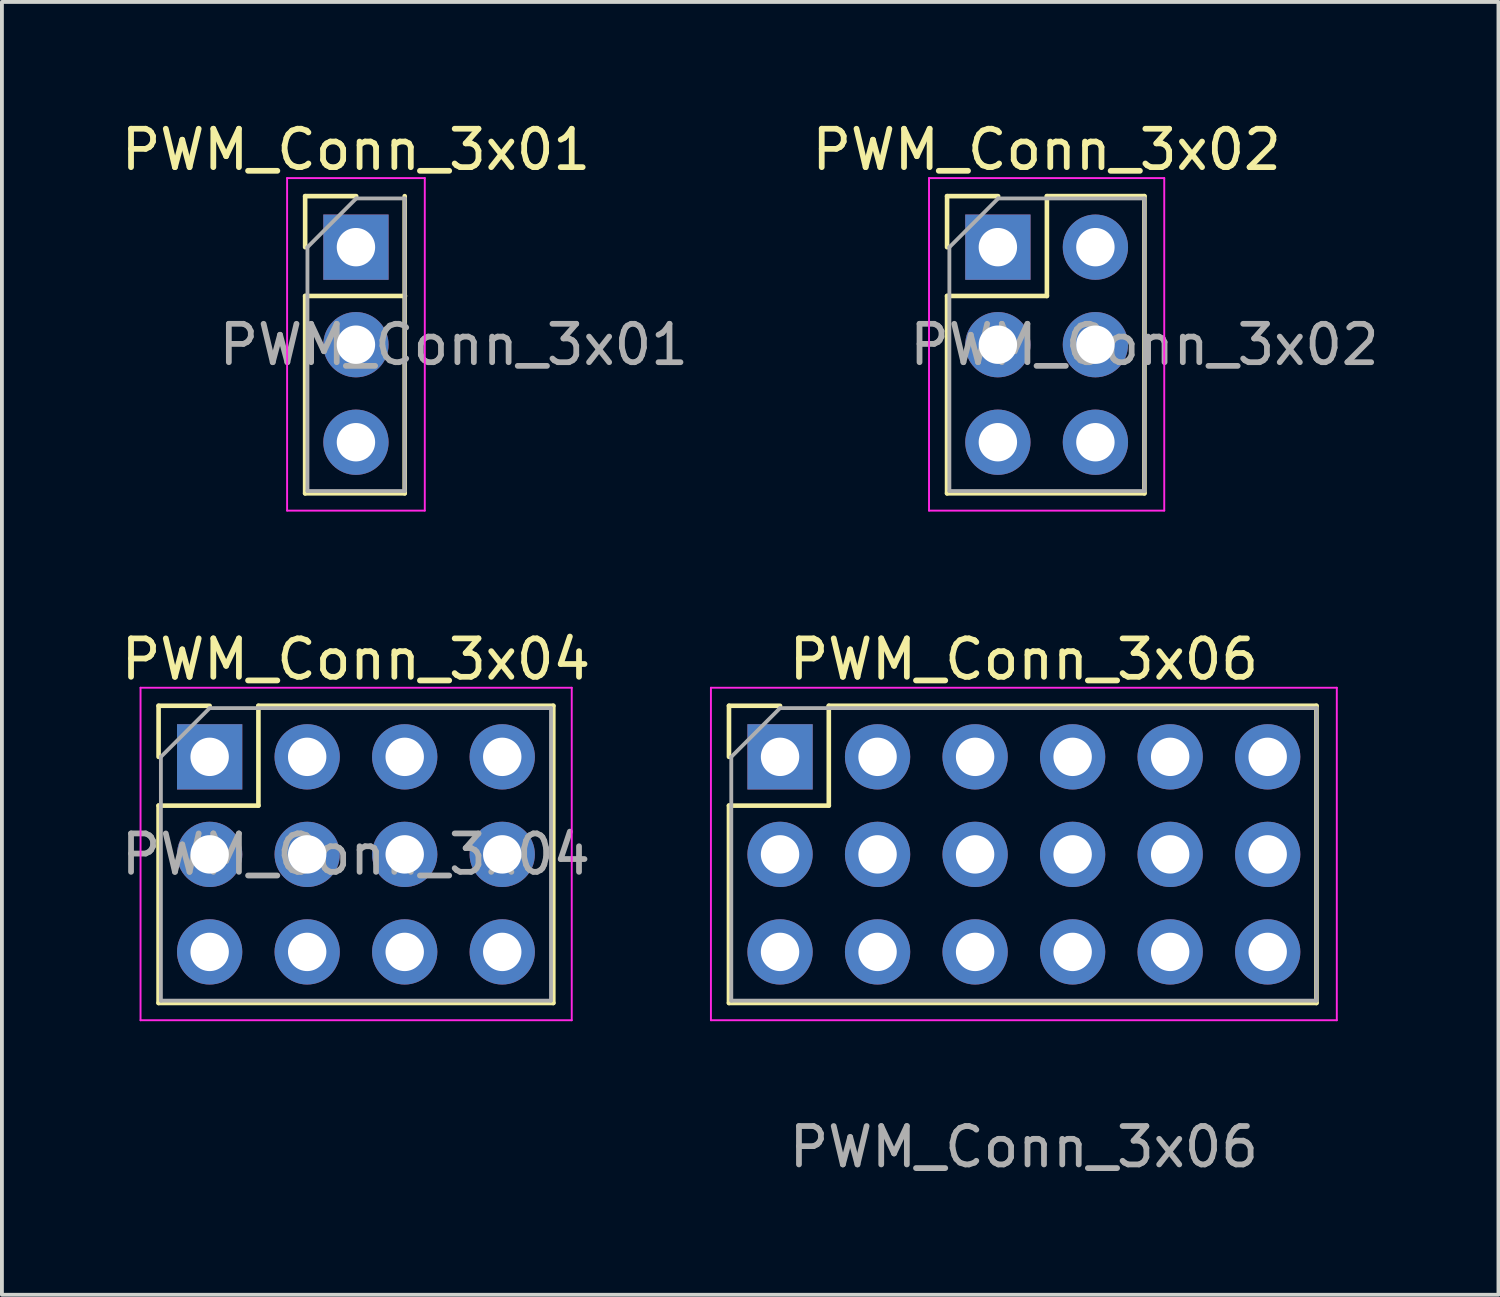
<source format=kicad_pcb>
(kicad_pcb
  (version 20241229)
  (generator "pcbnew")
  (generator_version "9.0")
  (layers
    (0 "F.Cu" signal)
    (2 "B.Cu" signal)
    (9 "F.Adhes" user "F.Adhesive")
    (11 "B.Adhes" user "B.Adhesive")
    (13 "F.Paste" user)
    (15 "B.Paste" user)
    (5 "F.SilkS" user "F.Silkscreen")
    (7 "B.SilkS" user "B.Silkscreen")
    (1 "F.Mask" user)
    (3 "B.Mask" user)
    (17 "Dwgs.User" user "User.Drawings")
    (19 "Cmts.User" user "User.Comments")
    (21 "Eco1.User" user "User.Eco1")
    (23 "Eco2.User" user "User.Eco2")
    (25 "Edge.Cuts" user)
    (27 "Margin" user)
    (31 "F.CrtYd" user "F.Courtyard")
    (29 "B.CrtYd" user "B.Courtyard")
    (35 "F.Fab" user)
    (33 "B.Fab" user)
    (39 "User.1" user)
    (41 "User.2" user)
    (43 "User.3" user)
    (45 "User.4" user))
  (footprint "PWM_Conn_3x02"
    (layer "F.Cu")
    (at 24.208 5.927)
    (property "Reference" "PWM_Conn_3x02" (at 0 -5.079 0) (unlocked yes) (layer "F.SilkS") (effects (font (size 1 1) (thickness 0.15))))
    (attr through_hole)
    (fp_line (start -2.593 -3.869) (end -1.263 -3.869) (stroke (width 0.12) (type solid)) (layer "F.SilkS"))
    (fp_line (start -2.593 -2.539) (end -2.593 -3.869) (stroke (width 0.12) (type solid)) (layer "F.SilkS"))
    (fp_line (start -2.593 -1.269) (end -2.593 3.871) (stroke (width 0.12) (type solid)) (layer "F.SilkS"))
    (fp_line (start -2.593 -1.269) (end 0.007 -1.269) (stroke (width 0.12) (type solid)) (layer "F.SilkS"))
    (fp_line (start -2.593 3.871) (end 2.547 3.871) (stroke (width 0.12) (type solid)) (layer "F.SilkS"))
    (fp_line (start 0.007 -3.869) (end 2.547 -3.869) (stroke (width 0.12) (type solid)) (layer "F.SilkS"))
    (fp_line (start 0.007 -1.269) (end 0.007 -3.869) (stroke (width 0.12) (type solid)) (layer "F.SilkS"))
    (fp_line (start 2.547 -3.869) (end 2.547 3.871) (stroke (width 0.12) (type solid)) (layer "F.SilkS"))
    (fp_line (start -3.063 -4.339) (end -3.063 4.321) (stroke (width 0.05) (type solid)) (layer "F.CrtYd"))
    (fp_line (start -3.063 4.321) (end 3.063 4.321) (stroke (width 0.05) (type solid)) (layer "F.CrtYd"))
    (fp_line (start 3.063 -4.339) (end -3.063 -4.339) (stroke (width 0.05) (type solid)) (layer "F.CrtYd"))
    (fp_line (start 3.063 4.321) (end 3.063 -4.339) (stroke (width 0.05) (type solid)) (layer "F.CrtYd"))
    (fp_line (start -2.533 -2.539) (end -1.263 -3.809) (stroke (width 0.1) (type solid)) (layer "F.Fab"))
    (fp_line (start -2.533 3.811) (end -2.533 -2.539) (stroke (width 0.1) (type solid)) (layer "F.Fab"))
    (fp_line (start -1.263 -3.809) (end 2.547 -3.809) (stroke (width 0.1) (type solid)) (layer "F.Fab"))
    (fp_line (start 2.547 -3.809) (end 2.547 3.811) (stroke (width 0.1) (type solid)) (layer "F.Fab"))
    (fp_line (start 2.547 3.811) (end -2.533 3.811) (stroke (width 0.1) (type solid)) (layer "F.Fab"))
    (fp_text user "${REFERENCE}" (at 2.547 0.001 180) (layer "F.Fab") (effects (font (size 1 1) (thickness 0.15))))
    (pad "1" thru_hole rect (at -1.27 -2.54) (size 1.7 1.7) (drill 1) (layers "*.Cu" "*.Mask"))
    (pad "2" thru_hole oval (at 1.27 -2.54) (size 1.7 1.7) (drill 1) (layers "*.Cu" "*.Mask"))
    (pad "3" thru_hole oval (at -1.27 0) (size 1.7 1.7) (drill 1) (layers "*.Cu" "*.Mask"))
    (pad "3" thru_hole oval (at 1.27 0) (size 1.7 1.7) (drill 1) (layers "*.Cu" "*.Mask"))
    (pad "4" thru_hole oval (at -1.27 2.54) (size 1.7 1.7) (drill 1) (layers "*.Cu" "*.Mask"))
    (pad "4" thru_hole oval (at 1.27 2.54) (size 1.7 1.7) (drill 1) (layers "*.Cu" "*.Mask")))
  (footprint "PWM_Conn_3x06"
    (layer "F.Cu")
    (at 23.615 19.201)
    (property "Reference" "PWM_Conn_3x06" (at 0 -5.08 0) (unlocked yes) (layer "F.SilkS") (effects (font (size 1 1) (thickness 0.15))))
    (attr through_hole)
    (fp_line (start -7.68 -3.87) (end -6.35 -3.87) (stroke (width 0.12) (type solid)) (layer "F.SilkS"))
    (fp_line (start -7.68 -2.54) (end -7.68 -3.87) (stroke (width 0.12) (type solid)) (layer "F.SilkS"))
    (fp_line (start -7.68 -1.27) (end -7.68 3.87) (stroke (width 0.12) (type solid)) (layer "F.SilkS"))
    (fp_line (start -7.68 -1.27) (end -5.08 -1.27) (stroke (width 0.12) (type solid)) (layer "F.SilkS"))
    (fp_line (start -7.68 3.87) (end 7.62 3.87) (stroke (width 0.12) (type solid)) (layer "F.SilkS"))
    (fp_line (start -5.08 -3.87) (end 7.62 -3.87) (stroke (width 0.12) (type solid)) (layer "F.SilkS"))
    (fp_line (start -5.08 -1.27) (end -5.08 -3.87) (stroke (width 0.12) (type solid)) (layer "F.SilkS"))
    (fp_line (start 7.62 -3.87) (end 7.62 3.87) (stroke (width 0.12) (type solid)) (layer "F.SilkS"))
    (fp_line (start -8.15 -4.34) (end -8.15 4.32) (stroke (width 0.05) (type solid)) (layer "F.CrtYd"))
    (fp_line (start -8.15 4.32) (end 8.15 4.32) (stroke (width 0.05) (type solid)) (layer "F.CrtYd"))
    (fp_line (start 8.15 -4.34) (end -8.15 -4.34) (stroke (width 0.05) (type solid)) (layer "F.CrtYd"))
    (fp_line (start 8.15 4.32) (end 8.15 -4.34) (stroke (width 0.05) (type solid)) (layer "F.CrtYd"))
    (fp_line (start -7.62 -2.54) (end -6.35 -3.81) (stroke (width 0.1) (type solid)) (layer "F.Fab"))
    (fp_line (start -7.62 3.81) (end -7.62 -2.54) (stroke (width 0.1) (type solid)) (layer "F.Fab"))
    (fp_line (start -6.35 -3.81) (end 7.62 -3.81) (stroke (width 0.1) (type solid)) (layer "F.Fab"))
    (fp_line (start 7.62 -3.81) (end 7.62 3.81) (stroke (width 0.1) (type solid)) (layer "F.Fab"))
    (fp_line (start 7.62 3.81) (end -7.62 3.81) (stroke (width 0.1) (type solid)) (layer "F.Fab"))
    (fp_text user "${REFERENCE}" (at 0 7.62 180) (layer "F.Fab") (effects (font (size 1 1) (thickness 0.15))))
    (pad "1" thru_hole rect (at -6.35 -2.54) (size 1.7 1.7) (drill 1) (layers "*.Cu" "*.Mask"))
    (pad "2" thru_hole oval (at -3.81 -2.54) (size 1.7 1.7) (drill 1) (layers "*.Cu" "*.Mask"))
    (pad "3" thru_hole oval (at -1.27 -2.54) (size 1.7 1.7) (drill 1) (layers "*.Cu" "*.Mask"))
    (pad "4" thru_hole oval (at 1.27 -2.54) (size 1.7 1.7) (drill 1) (layers "*.Cu" "*.Mask"))
    (pad "5" thru_hole oval (at 3.81 -2.54) (size 1.7 1.7) (drill 1) (layers "*.Cu" "*.Mask"))
    (pad "6" thru_hole oval (at 6.35 -2.54) (size 1.7 1.7) (drill 1) (layers "*.Cu" "*.Mask"))
    (pad "7" thru_hole oval (at -6.35 0) (size 1.7 1.7) (drill 1) (layers "*.Cu" "*.Mask"))
    (pad "7" thru_hole oval (at -3.81 0) (size 1.7 1.7) (drill 1) (layers "*.Cu" "*.Mask"))
    (pad "7" thru_hole oval (at -1.27 0) (size 1.7 1.7) (drill 1) (layers "*.Cu" "*.Mask"))
    (pad "7" thru_hole oval (at 1.27 0) (size 1.7 1.7) (drill 1) (layers "*.Cu" "*.Mask"))
    (pad "7" thru_hole oval (at 3.81 0) (size 1.7 1.7) (drill 1) (layers "*.Cu" "*.Mask"))
    (pad "7" thru_hole oval (at 6.35 0) (size 1.7 1.7) (drill 1) (layers "*.Cu" "*.Mask"))
    (pad "8" thru_hole oval (at -6.35 2.54) (size 1.7 1.7) (drill 1) (layers "*.Cu" "*.Mask"))
    (pad "8" thru_hole oval (at -3.81 2.54) (size 1.7 1.7) (drill 1) (layers "*.Cu" "*.Mask"))
    (pad "8" thru_hole oval (at -1.27 2.54) (size 1.7 1.7) (drill 1) (layers "*.Cu" "*.Mask"))
    (pad "8" thru_hole oval (at 1.27 2.54) (size 1.7 1.7) (drill 1) (layers "*.Cu" "*.Mask"))
    (pad "8" thru_hole oval (at 3.81 2.54) (size 1.7 1.7) (drill 1) (layers "*.Cu" "*.Mask"))
    (pad "8" thru_hole oval (at 6.35 2.54) (size 1.7 1.7) (drill 1) (layers "*.Cu" "*.Mask")))
  (footprint "PWM_Conn_3x04"
    (layer "F.Cu")
    (at 6.22 19.201)
    (property "Reference" "PWM_Conn_3x04" (at 0 -5.08 0) (unlocked yes) (layer "F.SilkS") (effects (font (size 1 1) (thickness 0.15))))
    (attr through_hole)
    (fp_line (start -5.14 -3.87) (end -3.81 -3.87) (stroke (width 0.12) (type solid)) (layer "F.SilkS"))
    (fp_line (start -5.14 -2.54) (end -5.14 -3.87) (stroke (width 0.12) (type solid)) (layer "F.SilkS"))
    (fp_line (start -5.14 -1.27) (end -5.14 3.87) (stroke (width 0.12) (type solid)) (layer "F.SilkS"))
    (fp_line (start -5.14 -1.27) (end -2.54 -1.27) (stroke (width 0.12) (type solid)) (layer "F.SilkS"))
    (fp_line (start -5.14 3.87) (end 5.14 3.87) (stroke (width 0.12) (type solid)) (layer "F.SilkS"))
    (fp_line (start -2.54 -3.87) (end 5.14 -3.87) (stroke (width 0.12) (type solid)) (layer "F.SilkS"))
    (fp_line (start -2.54 -1.27) (end -2.54 -3.87) (stroke (width 0.12) (type solid)) (layer "F.SilkS"))
    (fp_line (start 5.14 -3.87) (end 5.14 3.87) (stroke (width 0.12) (type solid)) (layer "F.SilkS"))
    (fp_line (start -5.61 -4.34) (end -5.61 4.32) (stroke (width 0.05) (type solid)) (layer "F.CrtYd"))
    (fp_line (start -5.61 4.32) (end 5.62 4.32) (stroke (width 0.05) (type solid)) (layer "F.CrtYd"))
    (fp_line (start 5.62 -4.34) (end -5.61 -4.34) (stroke (width 0.05) (type solid)) (layer "F.CrtYd"))
    (fp_line (start 5.62 4.32) (end 5.62 -4.34) (stroke (width 0.05) (type solid)) (layer "F.CrtYd"))
    (fp_line (start -5.08 -2.54) (end -3.81 -3.81) (stroke (width 0.1) (type solid)) (layer "F.Fab"))
    (fp_line (start -5.08 3.81) (end -5.08 -2.54) (stroke (width 0.1) (type solid)) (layer "F.Fab"))
    (fp_line (start -3.81 -3.81) (end 5.08 -3.81) (stroke (width 0.1) (type solid)) (layer "F.Fab"))
    (fp_line (start 5.08 -3.81) (end 5.08 3.81) (stroke (width 0.1) (type solid)) (layer "F.Fab"))
    (fp_line (start 5.08 3.81) (end -5.08 3.81) (stroke (width 0.1) (type solid)) (layer "F.Fab"))
    (fp_text user "${REFERENCE}" (at 0 0 180) (layer "F.Fab") (effects (font (size 1 1) (thickness 0.15))))
    (pad "1" thru_hole rect (at -3.81 -2.54) (size 1.7 1.7) (drill 1) (layers "*.Cu" "*.Mask"))
    (pad "2" thru_hole oval (at -1.27 -2.54) (size 1.7 1.7) (drill 1) (layers "*.Cu" "*.Mask"))
    (pad "3" thru_hole oval (at 1.27 -2.54) (size 1.7 1.7) (drill 1) (layers "*.Cu" "*.Mask"))
    (pad "4" thru_hole oval (at 3.81 -2.54) (size 1.7 1.7) (drill 1) (layers "*.Cu" "*.Mask"))
    (pad "5" thru_hole oval (at -3.81 0) (size 1.7 1.7) (drill 1) (layers "*.Cu" "*.Mask"))
    (pad "5" thru_hole oval (at -1.27 0) (size 1.7 1.7) (drill 1) (layers "*.Cu" "*.Mask"))
    (pad "5" thru_hole oval (at 1.27 0) (size 1.7 1.7) (drill 1) (layers "*.Cu" "*.Mask"))
    (pad "5" thru_hole oval (at 3.81 0) (size 1.7 1.7) (drill 1) (layers "*.Cu" "*.Mask"))
    (pad "6" thru_hole oval (at -3.81 2.54) (size 1.7 1.7) (drill 1) (layers "*.Cu" "*.Mask"))
    (pad "6" thru_hole oval (at -1.27 2.54) (size 1.7 1.7) (drill 1) (layers "*.Cu" "*.Mask"))
    (pad "6" thru_hole oval (at 1.27 2.54) (size 1.7 1.7) (drill 1) (layers "*.Cu" "*.Mask"))
    (pad "6" thru_hole oval (at 3.81 2.54) (size 1.7 1.7) (drill 1) (layers "*.Cu" "*.Mask")))
  (footprint "PWM_Conn_3x01"
    (layer "F.Cu")
    (at 6.22 5.927)
    (property "Reference" "PWM_Conn_3x01" (at 0 -5.079 0) (unlocked yes) (layer "F.SilkS") (effects (font (size 1 1) (thickness 0.15))))
    (attr through_hole)
    (fp_line (start -1.323 -3.869) (end 0.007 -3.869) (stroke (width 0.12) (type solid)) (layer "F.SilkS"))
    (fp_line (start -1.323 -2.539) (end -1.323 -3.869) (stroke (width 0.12) (type solid)) (layer "F.SilkS"))
    (fp_line (start -1.323 -1.269) (end -1.323 3.871) (stroke (width 0.12) (type solid)) (layer "F.SilkS"))
    (fp_line (start -1.323 -1.269) (end 1.277 -1.269) (stroke (width 0.12) (type solid)) (layer "F.SilkS"))
    (fp_line (start -1.323 3.871) (end 1.27 3.871) (stroke (width 0.12) (type solid)) (layer "F.SilkS"))
    (fp_line (start 1.27 -3.869) (end 1.27 3.871) (stroke (width 0.12) (type solid)) (layer "F.SilkS"))
    (fp_line (start -1.793 -4.339) (end -1.793 4.321) (stroke (width 0.05) (type solid)) (layer "F.CrtYd"))
    (fp_line (start -1.793 4.321) (end 1.793 4.321) (stroke (width 0.05) (type solid)) (layer "F.CrtYd"))
    (fp_line (start 1.793 -4.339) (end -1.793 -4.339) (stroke (width 0.05) (type solid)) (layer "F.CrtYd"))
    (fp_line (start 1.793 4.321) (end 1.793 -4.339) (stroke (width 0.05) (type solid)) (layer "F.CrtYd"))
    (fp_line (start -1.263 -2.539) (end 0.007 -3.809) (stroke (width 0.1) (type solid)) (layer "F.Fab"))
    (fp_line (start -1.263 3.811) (end -1.263 -2.539) (stroke (width 0.1) (type solid)) (layer "F.Fab"))
    (fp_line (start 0.007 -3.809) (end 1.27 -3.809) (stroke (width 0.1) (type solid)) (layer "F.Fab"))
    (fp_line (start 1.27 -3.809) (end 1.27 3.811) (stroke (width 0.1) (type solid)) (layer "F.Fab"))
    (fp_line (start 1.27 3.811) (end -1.263 3.811) (stroke (width 0.1) (type solid)) (layer "F.Fab"))
    (fp_text user "${REFERENCE}" (at 2.547 0.001 180) (layer "F.Fab") (effects (font (size 1 1) (thickness 0.15))))
    (pad "1" thru_hole rect (at 0 -2.54) (size 1.7 1.7) (drill 1) (layers "*.Cu" "*.Mask"))
    (pad "2" thru_hole oval (at 0 0) (size 1.7 1.7) (drill 1) (layers "*.Cu" "*.Mask"))
    (pad "3" thru_hole oval (at 0 2.54) (size 1.7 1.7) (drill 1) (layers "*.Cu" "*.Mask")))
  (gr_rect
    (start -3 -3)
    (end 35.975 30.67)
    (stroke (width 0.1) (type default))
    (fill no)
    (layer "Edge.Cuts")))
</source>
